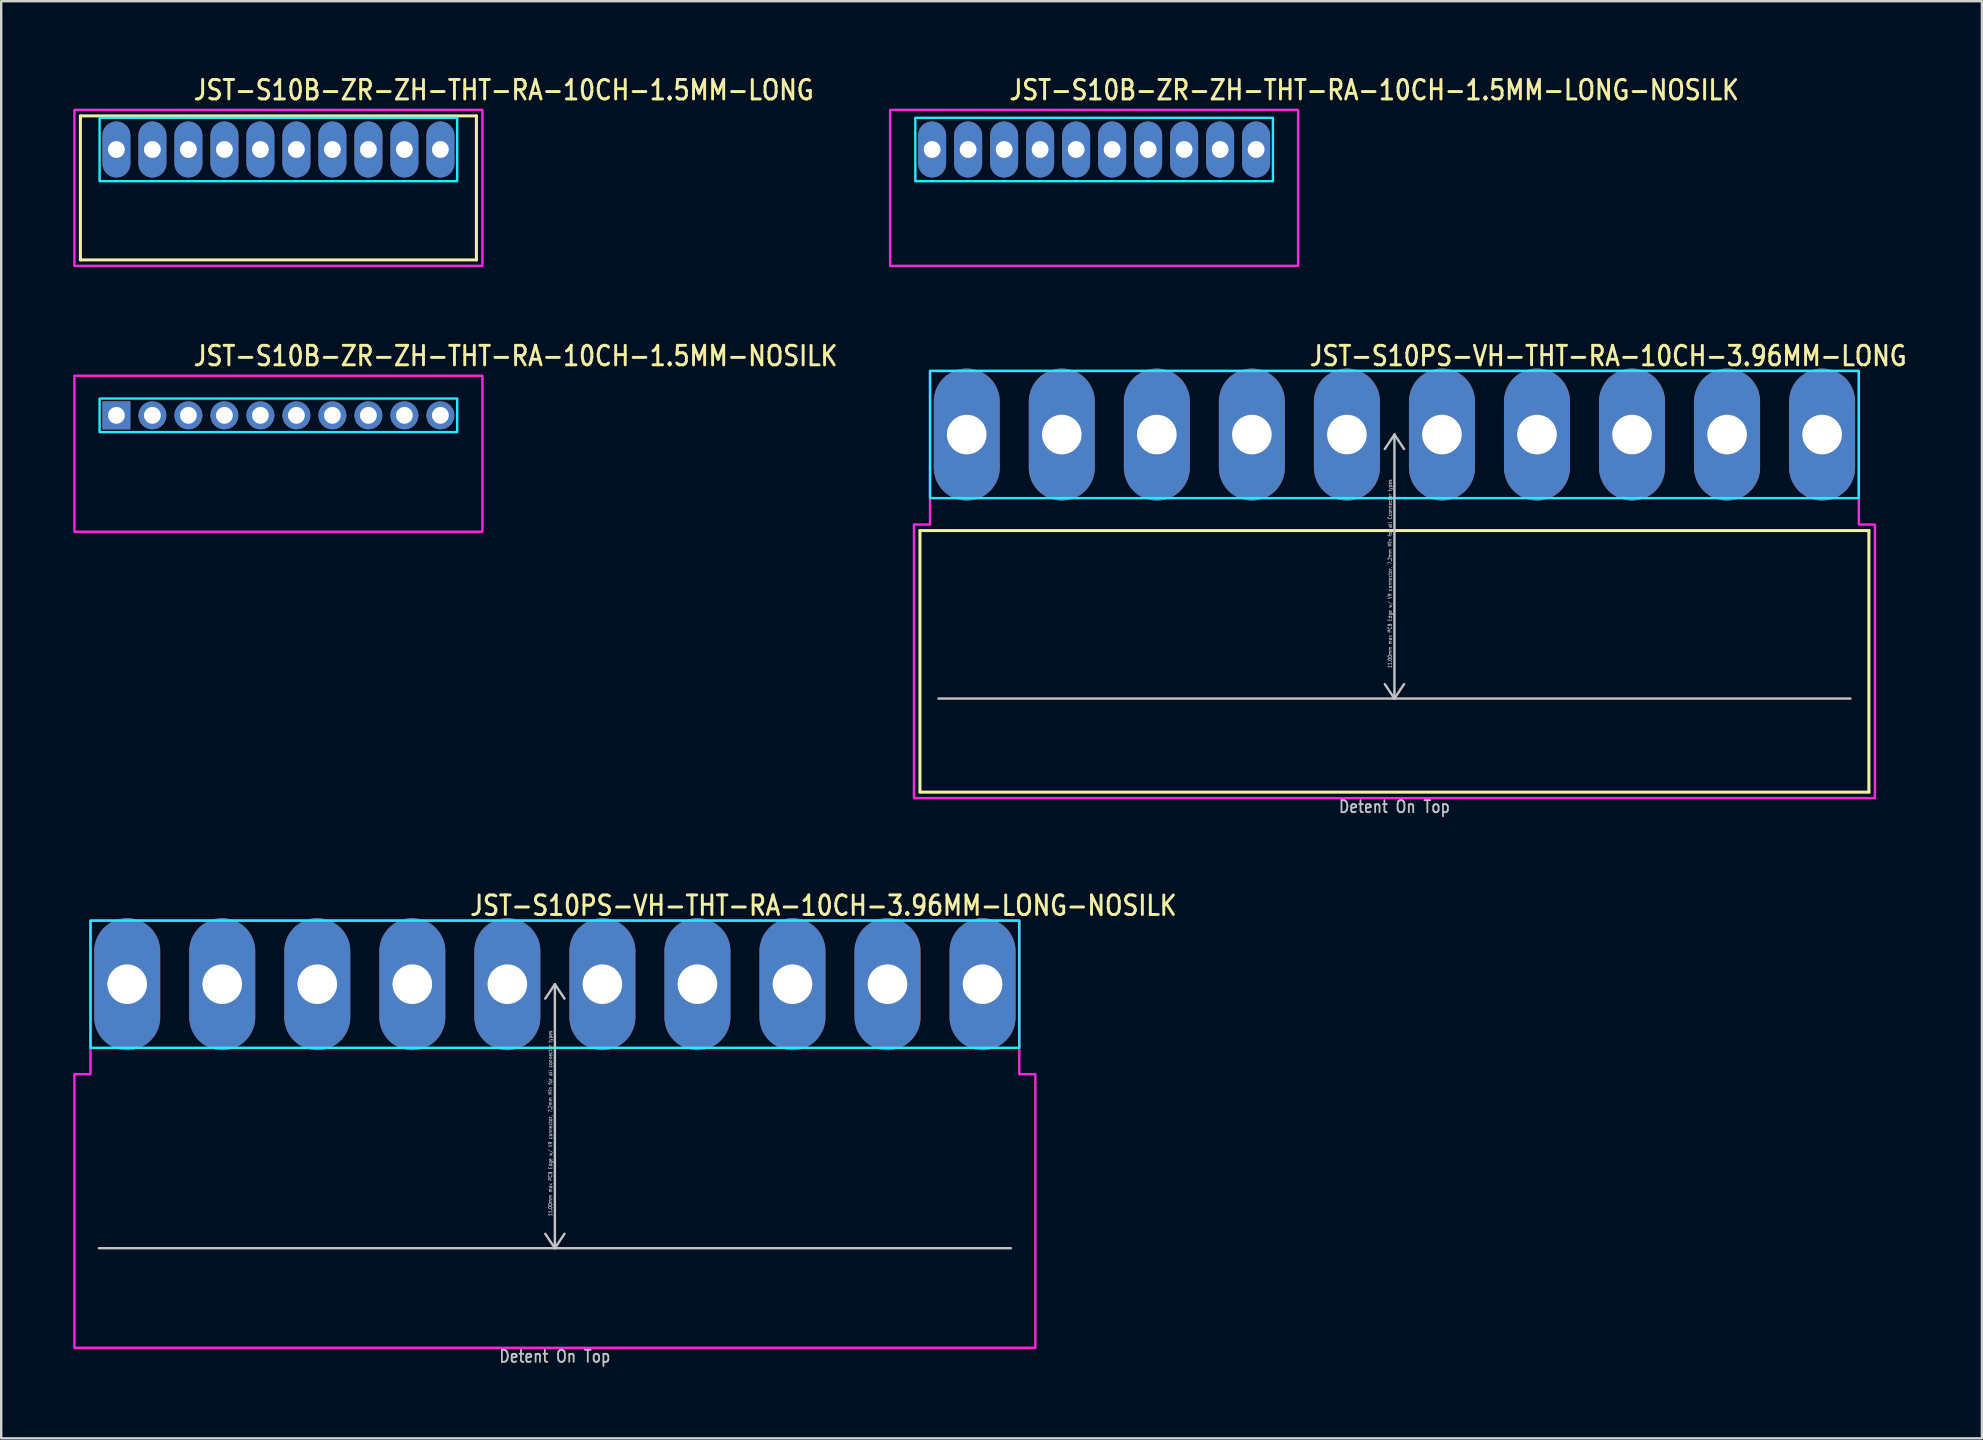
<source format=kicad_pcb>
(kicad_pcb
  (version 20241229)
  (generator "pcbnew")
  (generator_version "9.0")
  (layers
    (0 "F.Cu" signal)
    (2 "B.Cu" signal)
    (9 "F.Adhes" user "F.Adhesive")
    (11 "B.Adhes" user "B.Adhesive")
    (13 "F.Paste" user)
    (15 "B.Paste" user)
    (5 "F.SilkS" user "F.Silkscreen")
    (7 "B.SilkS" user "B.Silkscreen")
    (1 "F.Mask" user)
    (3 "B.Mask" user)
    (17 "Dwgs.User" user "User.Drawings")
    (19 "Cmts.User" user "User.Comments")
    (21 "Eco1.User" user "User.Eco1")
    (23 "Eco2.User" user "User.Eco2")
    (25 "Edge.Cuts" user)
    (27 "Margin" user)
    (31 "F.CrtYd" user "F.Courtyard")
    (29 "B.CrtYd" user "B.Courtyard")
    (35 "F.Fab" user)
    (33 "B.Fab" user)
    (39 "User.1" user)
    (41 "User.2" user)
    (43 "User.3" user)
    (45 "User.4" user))
  (footprint "JST-S10PS-VH-THT-RA-10CH-3.96MM-LONG"
    (layer "F.Cu")
    (at 55.052 15.057)
    (property "Reference" "JST-S10PS-VH-THT-RA-10CH-3.96MM-LONG" (at -3.6 -2.8 0) (unlocked yes) (layer "F.SilkS") (effects (font (size 0.813 0.695) (thickness 0.122)) (justify left bottom)))
    (fp_line (start -19.77 4) (end 19.77 4) (stroke (width 0.127) (type solid)) (layer "F.SilkS"))
    (fp_line (start -19.77 14.9) (end -19.77 4) (stroke (width 0.127) (type solid)) (layer "F.SilkS"))
    (fp_line (start -19.77 14.9) (end 19.77 14.9) (stroke (width 0.127) (type solid)) (layer "F.SilkS"))
    (fp_line (start 19.77 4) (end 19.77 14.9) (stroke (width 0.127) (type solid)) (layer "F.SilkS"))
    (fp_line (start -19 11) (end 19 11) (stroke (width 0.1) (type solid)) (layer "Dwgs.User"))
    (fp_line (start 0 0) (end -0.4 0.6) (stroke (width 0.1) (type solid)) (layer "Dwgs.User"))
    (fp_line (start 0 0) (end 0 11) (stroke (width 0.1) (type solid)) (layer "Dwgs.User"))
    (fp_line (start 0 0) (end 0.4 0.6) (stroke (width 0.1) (type solid)) (layer "Dwgs.User"))
    (fp_line (start 0 11) (end -0.4 10.4) (stroke (width 0.1) (type solid)) (layer "Dwgs.User"))
    (fp_line (start 0 11) (end 0.4 10.4) (stroke (width 0.1) (type solid)) (layer "Dwgs.User"))
    (fp_poly (pts (xy -19.35 -2.65) (xy -19.35 2.65) (xy 19.35 2.65) (xy 19.35 -2.65)) (stroke (width 0.1) (type solid)) (fill no) (layer "B.CrtYd"))
    (fp_poly (pts (xy -20.02 3.75) (xy -20.02 15.15) (xy 20.02 15.15) (xy 20.02 3.75) (xy 19.35 3.75) (xy 19.35 -2.65) (xy -19.35 -2.65) (xy -19.35 3.75)) (stroke (width 0.1) (type solid)) (fill no) (layer "F.CrtYd"))
    (fp_text user "Detent On Top" (at 0 15.8 0) (unlocked yes) (layer "Dwgs.User") (effects (font (size 0.5 0.427) (thickness 0.075)) (justify bottom)))
    (fp_text user "11.00mm max PCB Edge w/ VR connector, 7.2mm Min for all Cconnector types" (at -0.1 5.8 90) (unlocked yes) (layer "Dwgs.User") (effects (font (size 0.15 0.128) (thickness 0.022)) (justify bottom)))
    (pad "P$1" thru_hole oval (at -17.82 0 90) (size 5.5 2.75) (drill 1.65) (layers "*.Cu" "*.Mask"))
    (pad "P$2" thru_hole oval (at -13.86 0 90) (size 5.5 2.75) (drill 1.65) (layers "*.Cu" "*.Mask"))
    (pad "P$3" thru_hole oval (at -9.9 0 90) (size 5.5 2.75) (drill 1.65) (layers "*.Cu" "*.Mask"))
    (pad "P$4" thru_hole oval (at -5.94 0 90) (size 5.5 2.75) (drill 1.65) (layers "*.Cu" "*.Mask"))
    (pad "P$5" thru_hole oval (at -1.98 0 90) (size 5.5 2.75) (drill 1.65) (layers "*.Cu" "*.Mask"))
    (pad "P$6" thru_hole oval (at 1.98 0 90) (size 5.5 2.75) (drill 1.65) (layers "*.Cu" "*.Mask"))
    (pad "P$7" thru_hole oval (at 5.94 0 90) (size 5.5 2.75) (drill 1.65) (layers "*.Cu" "*.Mask"))
    (pad "P$8" thru_hole oval (at 9.9 0 90) (size 5.5 2.75) (drill 1.65) (layers "*.Cu" "*.Mask"))
    (pad "P$9" thru_hole oval (at 13.86 0 90) (size 5.5 2.75) (drill 1.65) (layers "*.Cu" "*.Mask"))
    (pad "P$10" thru_hole oval (at 17.82 0 90) (size 5.5 2.75) (drill 1.65) (layers "*.Cu" "*.Mask")))
  (footprint "JST-S10B-ZR-ZH-THT-RA-10CH-1.5MM-LONG"
    (layer "F.Cu")
    (at 8.55 3.179)
    (property "Reference" "JST-S10B-ZR-ZH-THT-RA-10CH-1.5MM-LONG" (at -3.6 -2 0) (unlocked yes) (layer "F.SilkS") (effects (font (size 0.813 0.695) (thickness 0.122)) (justify left bottom)))
    (fp_line (start -8.25 -1.4) (end 8.25 -1.4) (stroke (width 0.127) (type solid)) (layer "F.SilkS"))
    (fp_line (start -8.25 4.6) (end -8.25 -1.4) (stroke (width 0.127) (type solid)) (layer "F.SilkS"))
    (fp_line (start -8.25 4.6) (end 8.25 4.6) (stroke (width 0.127) (type solid)) (layer "F.SilkS"))
    (fp_line (start 8.25 -1.4) (end 8.25 4.6) (stroke (width 0.127) (type solid)) (layer "F.SilkS"))
    (fp_poly (pts (xy -7.45 -1.32) (xy -7.45 1.32) (xy 7.45 1.32) (xy 7.45 -1.32)) (stroke (width 0.1) (type solid)) (fill no) (layer "B.CrtYd"))
    (fp_poly (pts (xy -8.5 -1.65) (xy -8.5 4.85) (xy 8.5 4.85) (xy 8.5 -1.65)) (stroke (width 0.1) (type solid)) (fill no) (layer "F.CrtYd"))
    (pad "P$1" thru_hole oval (at -6.75 0 90) (size 2.333 1.167) (drill 0.7) (layers "*.Cu" "*.Mask"))
    (pad "P$2" thru_hole oval (at -5.25 0 90) (size 2.333 1.167) (drill 0.7) (layers "*.Cu" "*.Mask"))
    (pad "P$3" thru_hole oval (at -3.75 0 90) (size 2.333 1.167) (drill 0.7) (layers "*.Cu" "*.Mask"))
    (pad "P$4" thru_hole oval (at -2.25 0 90) (size 2.333 1.167) (drill 0.7) (layers "*.Cu" "*.Mask"))
    (pad "P$5" thru_hole oval (at -0.75 0 90) (size 2.333 1.167) (drill 0.7) (layers "*.Cu" "*.Mask"))
    (pad "P$6" thru_hole oval (at 0.75 0 90) (size 2.333 1.167) (drill 0.7) (layers "*.Cu" "*.Mask"))
    (pad "P$7" thru_hole oval (at 2.25 0 90) (size 2.333 1.167) (drill 0.7) (layers "*.Cu" "*.Mask"))
    (pad "P$8" thru_hole oval (at 3.75 0 90) (size 2.333 1.167) (drill 0.7) (layers "*.Cu" "*.Mask"))
    (pad "P$9" thru_hole oval (at 5.25 0 90) (size 2.333 1.167) (drill 0.7) (layers "*.Cu" "*.Mask"))
    (pad "P$10" thru_hole oval (at 6.75 0 90) (size 2.333 1.167) (drill 0.7) (layers "*.Cu" "*.Mask")))
  (footprint "JST-S10B-ZR-ZH-THT-RA-10CH-1.5MM-LONG-NOSILK"
    (layer "F.Cu")
    (at 42.539 3.179)
    (property "Reference" "JST-S10B-ZR-ZH-THT-RA-10CH-1.5MM-LONG-NOSILK" (at -3.6 -2 0) (unlocked yes) (layer "F.SilkS") (effects (font (size 0.813 0.695) (thickness 0.122)) (justify left bottom)))
    (fp_poly (pts (xy -7.45 -1.32) (xy -7.45 1.32) (xy 7.45 1.32) (xy 7.45 -1.32)) (stroke (width 0.1) (type solid)) (fill no) (layer "B.CrtYd"))
    (fp_poly (pts (xy -8.5 -1.65) (xy -8.5 4.85) (xy 8.5 4.85) (xy 8.5 -1.65)) (stroke (width 0.1) (type solid)) (fill no) (layer "F.CrtYd"))
    (pad "P$1" thru_hole oval (at -6.75 0 90) (size 2.333 1.167) (drill 0.7) (layers "*.Cu" "*.Mask"))
    (pad "P$2" thru_hole oval (at -5.25 0 90) (size 2.333 1.167) (drill 0.7) (layers "*.Cu" "*.Mask"))
    (pad "P$3" thru_hole oval (at -3.75 0 90) (size 2.333 1.167) (drill 0.7) (layers "*.Cu" "*.Mask"))
    (pad "P$4" thru_hole oval (at -2.25 0 90) (size 2.333 1.167) (drill 0.7) (layers "*.Cu" "*.Mask"))
    (pad "P$5" thru_hole oval (at -0.75 0 90) (size 2.333 1.167) (drill 0.7) (layers "*.Cu" "*.Mask"))
    (pad "P$6" thru_hole oval (at 0.75 0 90) (size 2.333 1.167) (drill 0.7) (layers "*.Cu" "*.Mask"))
    (pad "P$7" thru_hole oval (at 2.25 0 90) (size 2.333 1.167) (drill 0.7) (layers "*.Cu" "*.Mask"))
    (pad "P$8" thru_hole oval (at 3.75 0 90) (size 2.333 1.167) (drill 0.7) (layers "*.Cu" "*.Mask"))
    (pad "P$9" thru_hole oval (at 5.25 0 90) (size 2.333 1.167) (drill 0.7) (layers "*.Cu" "*.Mask"))
    (pad "P$10" thru_hole oval (at 6.75 0 90) (size 2.333 1.167) (drill 0.7) (layers "*.Cu" "*.Mask")))
  (footprint "JST-S10PS-VH-THT-RA-10CH-3.96MM-LONG-NOSILK"
    (layer "F.Cu")
    (at 20.07 37.959)
    (property "Reference" "JST-S10PS-VH-THT-RA-10CH-3.96MM-LONG-NOSILK" (at -3.6 -2.8 0) (unlocked yes) (layer "F.SilkS") (effects (font (size 0.813 0.695) (thickness 0.122)) (justify left bottom)))
    (fp_line (start -19 11) (end 19 11) (stroke (width 0.1) (type solid)) (layer "Dwgs.User"))
    (fp_line (start 0 0) (end -0.4 0.6) (stroke (width 0.1) (type solid)) (layer "Dwgs.User"))
    (fp_line (start 0 0) (end 0 11) (stroke (width 0.1) (type solid)) (layer "Dwgs.User"))
    (fp_line (start 0 0) (end 0.4 0.6) (stroke (width 0.1) (type solid)) (layer "Dwgs.User"))
    (fp_line (start 0 11) (end -0.4 10.4) (stroke (width 0.1) (type solid)) (layer "Dwgs.User"))
    (fp_line (start 0 11) (end 0.4 10.4) (stroke (width 0.1) (type solid)) (layer "Dwgs.User"))
    (fp_poly (pts (xy -19.35 -2.65) (xy -19.35 2.65) (xy 19.35 2.65) (xy 19.35 -2.65)) (stroke (width 0.1) (type solid)) (fill no) (layer "B.CrtYd"))
    (fp_poly (pts (xy -20.02 3.75) (xy -20.02 15.15) (xy 20.02 15.15) (xy 20.02 3.75) (xy 19.35 3.75) (xy 19.35 -2.65) (xy -19.35 -2.65) (xy -19.35 3.75)) (stroke (width 0.1) (type solid)) (fill no) (layer "F.CrtYd"))
    (fp_text user "11.00mm max PCB Edge w/ VR connector, 7.2mm Min for all connector types" (at -0.1 5.8 90) (unlocked yes) (layer "Dwgs.User") (effects (font (size 0.15 0.128) (thickness 0.022)) (justify bottom)))
    (fp_text user "Detent On Top" (at 0 15.8 0) (unlocked yes) (layer "Dwgs.User") (effects (font (size 0.5 0.427) (thickness 0.075)) (justify bottom)))
    (pad "P$1" thru_hole oval (at -17.82 0 90) (size 5.5 2.75) (drill 1.65) (layers "*.Cu" "*.Mask"))
    (pad "P$2" thru_hole oval (at -13.86 0 90) (size 5.5 2.75) (drill 1.65) (layers "*.Cu" "*.Mask"))
    (pad "P$3" thru_hole oval (at -9.9 0 90) (size 5.5 2.75) (drill 1.65) (layers "*.Cu" "*.Mask"))
    (pad "P$4" thru_hole oval (at -5.94 0 90) (size 5.5 2.75) (drill 1.65) (layers "*.Cu" "*.Mask"))
    (pad "P$5" thru_hole oval (at -1.98 0 90) (size 5.5 2.75) (drill 1.65) (layers "*.Cu" "*.Mask"))
    (pad "P$6" thru_hole oval (at 1.98 0 90) (size 5.5 2.75) (drill 1.65) (layers "*.Cu" "*.Mask"))
    (pad "P$7" thru_hole oval (at 5.94 0 90) (size 5.5 2.75) (drill 1.65) (layers "*.Cu" "*.Mask"))
    (pad "P$8" thru_hole oval (at 9.9 0 90) (size 5.5 2.75) (drill 1.65) (layers "*.Cu" "*.Mask"))
    (pad "P$9" thru_hole oval (at 13.86 0 90) (size 5.5 2.75) (drill 1.65) (layers "*.Cu" "*.Mask"))
    (pad "P$10" thru_hole oval (at 17.82 0 90) (size 5.5 2.75) (drill 1.65) (layers "*.Cu" "*.Mask")))
  (footprint "JST-S10B-ZR-ZH-THT-RA-10CH-1.5MM-NOSILK"
    (layer "F.Cu")
    (at 8.55 14.257)
    (property "Reference" "JST-S10B-ZR-ZH-THT-RA-10CH-1.5MM-NOSILK" (at -3.6 -2 0) (unlocked yes) (layer "F.SilkS") (effects (font (size 0.813 0.695) (thickness 0.122)) (justify left bottom)))
    (fp_poly (pts (xy -7.45 -0.7) (xy -7.45 0.7) (xy 7.45 0.7) (xy 7.45 -0.7)) (stroke (width 0.1) (type solid)) (fill no) (layer "B.CrtYd"))
    (fp_poly (pts (xy -8.5 -1.65) (xy -8.5 4.85) (xy 8.5 4.85) (xy 8.5 -1.65)) (stroke (width 0.1) (type solid)) (fill no) (layer "F.CrtYd"))
    (pad "P$1" thru_hole rect (at -6.75 0) (size 1.167 1.167) (drill 0.7) (layers "*.Cu" "*.Mask"))
    (pad "P$2" thru_hole oval (at -5.25 0) (size 1.167 1.167) (drill 0.7) (layers "*.Cu" "*.Mask"))
    (pad "P$3" thru_hole oval (at -3.75 0) (size 1.167 1.167) (drill 0.7) (layers "*.Cu" "*.Mask"))
    (pad "P$4" thru_hole oval (at -2.25 0) (size 1.167 1.167) (drill 0.7) (layers "*.Cu" "*.Mask"))
    (pad "P$5" thru_hole oval (at -0.75 0) (size 1.167 1.167) (drill 0.7) (layers "*.Cu" "*.Mask"))
    (pad "P$6" thru_hole oval (at 0.75 0) (size 1.167 1.167) (drill 0.7) (layers "*.Cu" "*.Mask"))
    (pad "P$7" thru_hole oval (at 2.25 0) (size 1.167 1.167) (drill 0.7) (layers "*.Cu" "*.Mask"))
    (pad "P$8" thru_hole oval (at 3.75 0) (size 1.167 1.167) (drill 0.7) (layers "*.Cu" "*.Mask"))
    (pad "P$9" thru_hole oval (at 5.25 0) (size 1.167 1.167) (drill 0.7) (layers "*.Cu" "*.Mask"))
    (pad "P$10" thru_hole oval (at 6.75 0) (size 1.167 1.167) (drill 0.7) (layers "*.Cu" "*.Mask")))
  (gr_rect
    (start -3 -3)
    (end 79.531 56.882)
    (stroke (width 0.1) (type default))
    (fill no)
    (layer "Edge.Cuts")))
</source>
